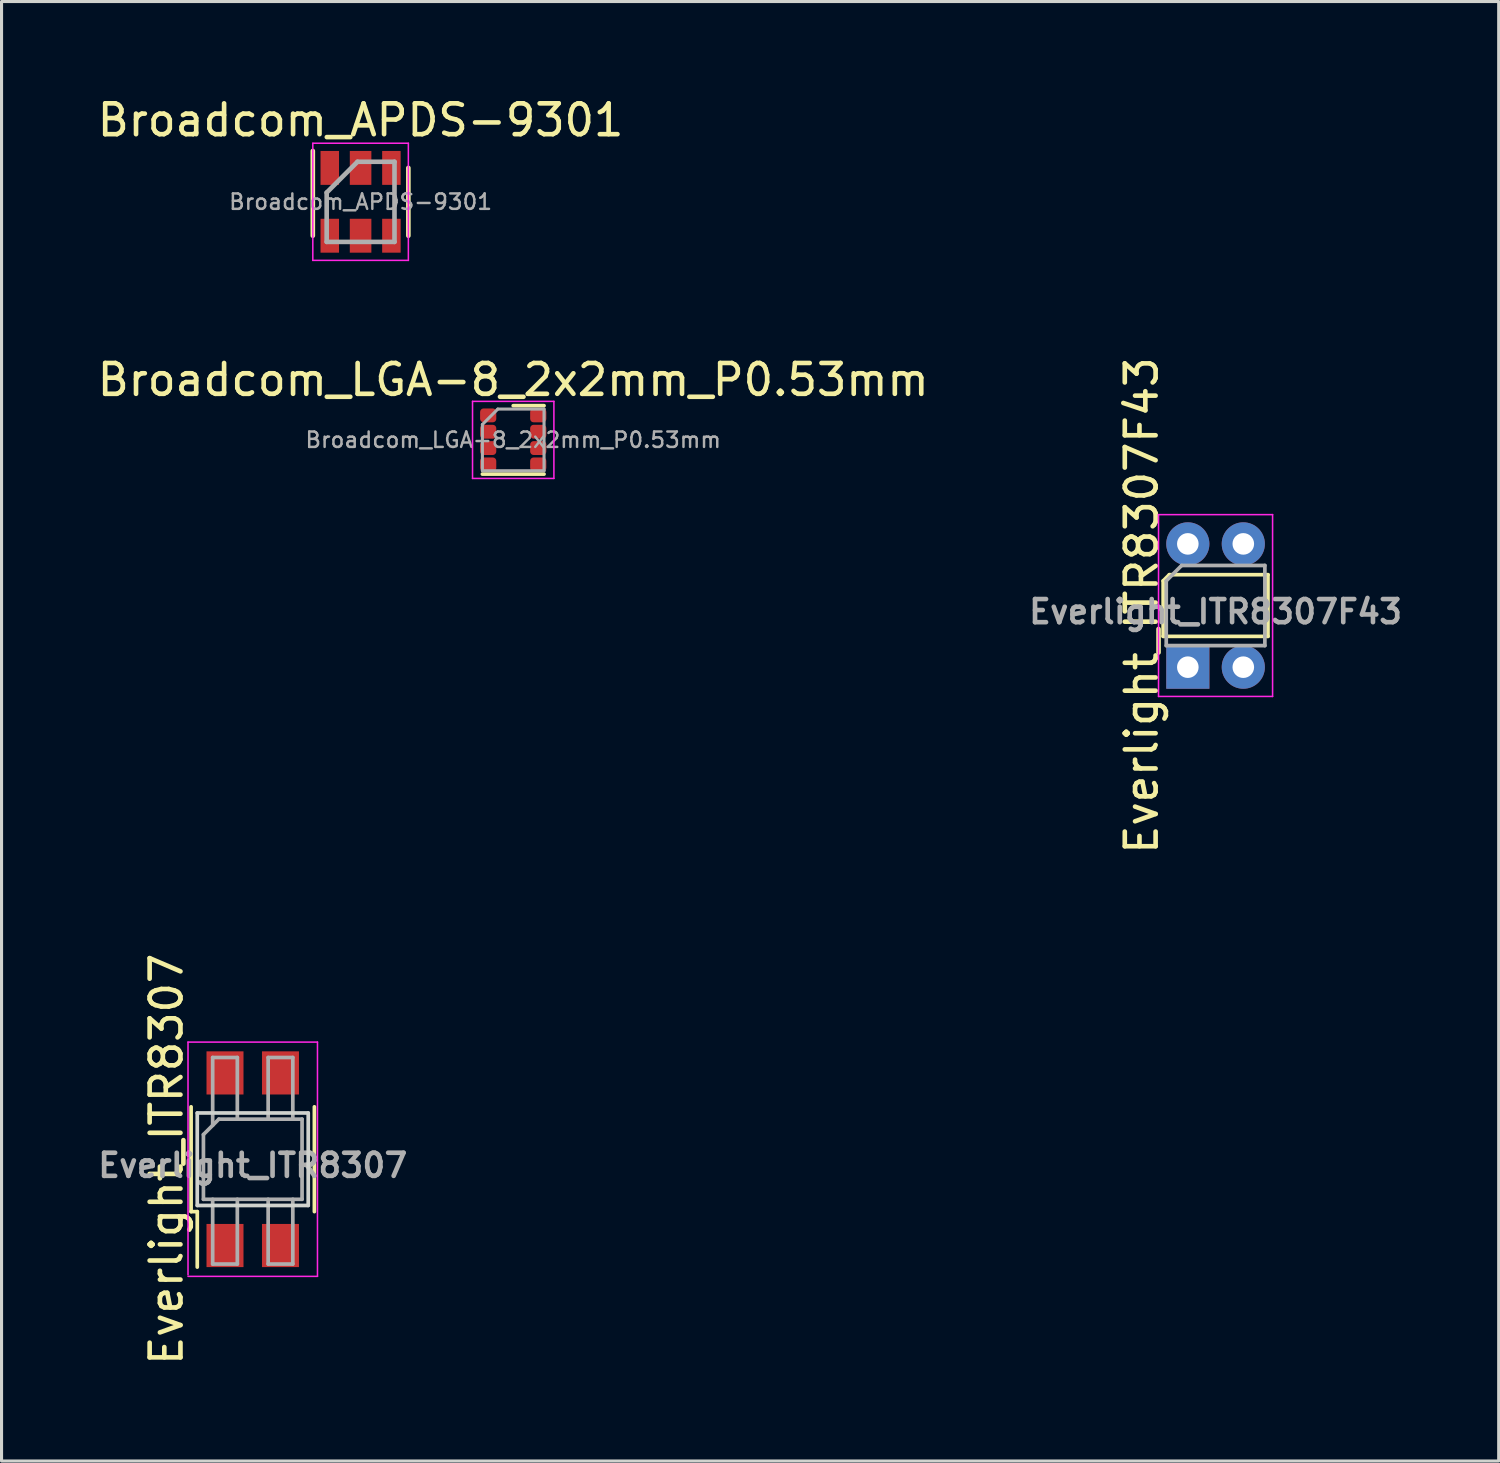
<source format=kicad_pcb>
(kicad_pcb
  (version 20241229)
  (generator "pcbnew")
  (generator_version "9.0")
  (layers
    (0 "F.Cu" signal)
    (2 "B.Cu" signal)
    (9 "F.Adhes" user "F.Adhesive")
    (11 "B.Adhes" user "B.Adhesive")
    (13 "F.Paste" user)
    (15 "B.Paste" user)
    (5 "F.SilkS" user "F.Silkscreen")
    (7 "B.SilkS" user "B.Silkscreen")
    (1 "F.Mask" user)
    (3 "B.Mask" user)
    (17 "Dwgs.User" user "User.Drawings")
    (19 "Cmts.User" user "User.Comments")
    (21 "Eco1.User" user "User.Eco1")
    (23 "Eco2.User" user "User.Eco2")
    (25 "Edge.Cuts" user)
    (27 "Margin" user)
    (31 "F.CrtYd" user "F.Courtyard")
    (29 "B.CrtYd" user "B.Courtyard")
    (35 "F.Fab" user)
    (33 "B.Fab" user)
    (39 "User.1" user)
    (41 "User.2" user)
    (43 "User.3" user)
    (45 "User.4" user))
  (footprint "Broadcom_LGA-8_2x2mm_P0.53mm"
    (layer "F.Cu")
    (at 13.601 11.222)
    (property "Reference" "Broadcom_LGA-8_2x2mm_P0.53mm" (at 0 -1.95 0) (layer "F.SilkS") (effects (font (size 1 1) (thickness 0.15))))
    (attr smd)
    (fp_line (start -1 1.11) (end 1 1.11) (stroke (width 0.12) (type solid)) (layer "F.SilkS"))
    (fp_line (start 0 -1.11) (end 1 -1.11) (stroke (width 0.12) (type solid)) (layer "F.SilkS"))
    (fp_line (start -1.32 -1.25) (end -1.32 1.25) (stroke (width 0.05) (type solid)) (layer "F.CrtYd"))
    (fp_line (start -1.32 1.25) (end 1.32 1.25) (stroke (width 0.05) (type solid)) (layer "F.CrtYd"))
    (fp_line (start 1.32 -1.25) (end -1.32 -1.25) (stroke (width 0.05) (type solid)) (layer "F.CrtYd"))
    (fp_line (start 1.32 1.25) (end 1.32 -1.25) (stroke (width 0.05) (type solid)) (layer "F.CrtYd"))
    (fp_line (start -1 -0.5) (end -0.5 -1) (stroke (width 0.1) (type solid)) (layer "F.Fab"))
    (fp_line (start -1 1) (end -1 -0.5) (stroke (width 0.1) (type solid)) (layer "F.Fab"))
    (fp_line (start -0.5 -1) (end 1 -1) (stroke (width 0.1) (type solid)) (layer "F.Fab"))
    (fp_line (start 1 -1) (end 1 1) (stroke (width 0.1) (type solid)) (layer "F.Fab"))
    (fp_line (start 1 1) (end -1 1) (stroke (width 0.1) (type solid)) (layer "F.Fab"))
    (fp_text user "${REFERENCE}" (at 0 0 0) (layer "F.Fab") (effects (font (size 0.5 0.5) (thickness 0.08))))
    (pad "1" smd roundrect (at -0.812 -0.795) (size 0.525 0.45) (layers "F.Cu" "F.Mask" "F.Paste") (roundrect_rratio 0.25))
    (pad "2" smd roundrect (at -0.812 -0.265) (size 0.525 0.45) (layers "F.Cu" "F.Mask" "F.Paste") (roundrect_rratio 0.25))
    (pad "3" smd roundrect (at -0.812 0.265) (size 0.525 0.45) (layers "F.Cu" "F.Mask" "F.Paste") (roundrect_rratio 0.25))
    (pad "4" smd roundrect (at -0.812 0.795) (size 0.525 0.45) (layers "F.Cu" "F.Mask" "F.Paste") (roundrect_rratio 0.25))
    (pad "5" smd roundrect (at 0.812 0.795) (size 0.525 0.45) (layers "F.Cu" "F.Mask" "F.Paste") (roundrect_rratio 0.25))
    (pad "6" smd roundrect (at 0.812 0.265) (size 0.525 0.45) (layers "F.Cu" "F.Mask" "F.Paste") (roundrect_rratio 0.25))
    (pad "7" smd roundrect (at 0.812 -0.265) (size 0.525 0.45) (layers "F.Cu" "F.Mask" "F.Paste") (roundrect_rratio 0.25))
    (pad "8" smd roundrect (at 0.812 -0.795) (size 0.525 0.45) (layers "F.Cu" "F.Mask" "F.Paste") (roundrect_rratio 0.25)))
  (footprint "Everlight_ITR8307F43"
    (layer "F.Cu")
    (at 35.488 14.596)
    (property "Reference" "Everlight_ITR8307F43" (at -1.5 2 90) (layer "F.SilkS") (effects (font (size 1 1) (thickness 0.15))))
    (attr through_hole)
    (fp_line (start -0.8 1.2) (end -0.8 3) (stroke (width 0.12) (type solid)) (layer "F.SilkS"))
    (fp_line (start -0.8 3) (end 2.6 3) (stroke (width 0.12) (type solid)) (layer "F.SilkS"))
    (fp_line (start -0.6 1) (end -0.8 1.2) (stroke (width 0.12) (type solid)) (layer "F.SilkS"))
    (fp_line (start 2.6 1) (end -0.6 1) (stroke (width 0.12) (type solid)) (layer "F.SilkS"))
    (fp_line (start 2.6 3) (end 2.6 1) (stroke (width 0.12) (type solid)) (layer "F.SilkS"))
    (fp_line (start -0.95 -0.95) (end -0.95 4.95) (stroke (width 0.05) (type solid)) (layer "F.CrtYd"))
    (fp_line (start -0.95 -0.95) (end 2.75 -0.95) (stroke (width 0.05) (type solid)) (layer "F.CrtYd"))
    (fp_line (start 2.75 4.95) (end -0.95 4.95) (stroke (width 0.05) (type solid)) (layer "F.CrtYd"))
    (fp_line (start 2.75 4.95) (end 2.75 -0.95) (stroke (width 0.05) (type solid)) (layer "F.CrtYd"))
    (fp_line (start -0.7 1.2) (end -0.2 0.7) (stroke (width 0.12) (type solid)) (layer "F.Fab"))
    (fp_line (start -0.7 3.3) (end -0.7 1.2) (stroke (width 0.12) (type solid)) (layer "F.Fab"))
    (fp_line (start -0.2 0.7) (end 2.5 0.7) (stroke (width 0.12) (type solid)) (layer "F.Fab"))
    (fp_line (start 2.5 0.7) (end 2.5 3.3) (stroke (width 0.12) (type solid)) (layer "F.Fab"))
    (fp_line (start 2.5 3.3) (end -0.7 3.3) (stroke (width 0.12) (type solid)) (layer "F.Fab"))
    (fp_text user "${REFERENCE}" (at 0.9 2.2 0) (layer "F.Fab") (effects (font (size 0.75 0.75) (thickness 0.15))))
    (pad "1" thru_hole rect (at 0 4 270) (size 1.4 1.4) (drill 0.7) (layers "*.Cu" "*.Mask"))
    (pad "2" thru_hole circle (at 0 0 270) (size 1.4 1.4) (drill 0.7) (layers "*.Cu" "*.Mask"))
    (pad "3" thru_hole circle (at 1.8 4 270) (size 1.4 1.4) (drill 0.7) (layers "*.Cu" "*.Mask"))
    (pad "4" thru_hole circle (at 1.8 0 270) (size 1.4 1.4) (drill 0.7) (layers "*.Cu" "*.Mask")))
  (footprint "Broadcom_APDS-9301"
    (layer "F.Cu")
    (at 8.649 3.498)
    (property "Reference" "Broadcom_APDS-9301" (at 0 -2.65 0) (layer "F.SilkS") (effects (font (size 1 1) (thickness 0.15))))
    (attr smd)
    (fp_line (start -1.55 -1.65) (end -1.55 1.1) (stroke (width 0.15) (type solid)) (layer "F.SilkS"))
    (fp_line (start 1.55 -1.1) (end 1.55 1.1) (stroke (width 0.15) (type solid)) (layer "F.SilkS"))
    (fp_line (start -1.55 -1.9) (end 1.55 -1.9) (stroke (width 0.05) (type solid)) (layer "F.CrtYd"))
    (fp_line (start -1.55 1.9) (end -1.55 -1.9) (stroke (width 0.05) (type solid)) (layer "F.CrtYd"))
    (fp_line (start 1.55 -1.9) (end 1.55 1.9) (stroke (width 0.05) (type solid)) (layer "F.CrtYd"))
    (fp_line (start 1.55 1.9) (end -1.55 1.9) (stroke (width 0.05) (type solid)) (layer "F.CrtYd"))
    (fp_line (start -1.1 -0.3) (end -1.1 1.3) (stroke (width 0.15) (type solid)) (layer "F.Fab"))
    (fp_line (start -1.1 1.3) (end 1.1 1.3) (stroke (width 0.15) (type solid)) (layer "F.Fab"))
    (fp_line (start -0.1 -1.3) (end -1.1 -0.3) (stroke (width 0.15) (type solid)) (layer "F.Fab"))
    (fp_line (start 1.1 -1.3) (end -0.1 -1.3) (stroke (width 0.15) (type solid)) (layer "F.Fab"))
    (fp_line (start 1.1 1.3) (end 1.1 -1.3) (stroke (width 0.15) (type solid)) (layer "F.Fab"))
    (fp_text user "${REFERENCE}" (at 0 0 0) (layer "F.Fab") (effects (font (size 0.5 0.5) (thickness 0.08))))
    (pad "1" smd rect (at -1 -1.1) (size 0.6 1.1) (layers "F.Cu" "F.Mask" "F.Paste"))
    (pad "2" smd rect (at -1 1.1) (size 0.6 1.1) (layers "F.Cu" "F.Mask" "F.Paste"))
    (pad "3" smd rect (at 0 1.1) (size 0.7 1.1) (layers "F.Cu" "F.Mask" "F.Paste"))
    (pad "4" smd rect (at 1 1.1) (size 0.6 1.1) (layers "F.Cu" "F.Mask" "F.Paste"))
    (pad "5" smd rect (at 1 -1.1) (size 0.6 1.1) (layers "F.Cu" "F.Mask" "F.Paste"))
    (pad "6" smd rect (at 0 -1.1) (size 0.7 1.1) (layers "F.Cu" "F.Mask" "F.Paste")))
  (footprint "Everlight_ITR8307"
    (layer "F.Cu")
    (at 5.15 34.56)
    (property "Reference" "Everlight_ITR8307" (at -2.8 0 90) (layer "F.SilkS") (effects (font (size 1 1) (thickness 0.15))))
    (attr smd)
    (fp_line (start -2 1.7) (end -2 -1.7) (stroke (width 0.12) (type solid)) (layer "F.SilkS"))
    (fp_line (start -2 1.7) (end -1.8 1.7) (stroke (width 0.12) (type solid)) (layer "F.SilkS"))
    (fp_line (start -1.8 3.5) (end -1.8 1.7) (stroke (width 0.12) (type solid)) (layer "F.SilkS"))
    (fp_line (start 2 1.7) (end 2 -1.7) (stroke (width 0.12) (type solid)) (layer "F.SilkS"))
    (fp_line (start -1.8 -1.5) (end 1.8 -1.5) (stroke (width 0.12) (type solid)) (layer "Edge.Cuts"))
    (fp_line (start -1.8 1.5) (end -1.8 -1.5) (stroke (width 0.12) (type solid)) (layer "Edge.Cuts"))
    (fp_line (start 1.8 -1.5) (end 1.8 1.5) (stroke (width 0.12) (type solid)) (layer "Edge.Cuts"))
    (fp_line (start 1.8 1.5) (end -1.8 1.5) (stroke (width 0.12) (type solid)) (layer "Edge.Cuts"))
    (fp_line (start -2.1 -3.8) (end -2.1 3.75) (stroke (width 0.05) (type solid)) (layer "F.CrtYd"))
    (fp_line (start -2.1 -3.8) (end 2.1 -3.8) (stroke (width 0.05) (type solid)) (layer "F.CrtYd"))
    (fp_line (start 2.1 3.8) (end -2.1 3.8) (stroke (width 0.05) (type solid)) (layer "F.CrtYd"))
    (fp_line (start 2.1 3.8) (end 2.1 -3.8) (stroke (width 0.05) (type solid)) (layer "F.CrtYd"))
    (fp_line (start -1.6 -0.8) (end -1.1 -1.3) (stroke (width 0.12) (type solid)) (layer "F.Fab"))
    (fp_line (start -1.6 1.3) (end -1.6 -0.8) (stroke (width 0.12) (type solid)) (layer "F.Fab"))
    (fp_line (start -1.3 -3.3) (end -1.3 -1.1) (stroke (width 0.12) (type solid)) (layer "F.Fab"))
    (fp_line (start -1.3 -3.3) (end -0.5 -3.3) (stroke (width 0.12) (type solid)) (layer "F.Fab"))
    (fp_line (start -1.3 3.4) (end -1.3 1.3) (stroke (width 0.12) (type solid)) (layer "F.Fab"))
    (fp_line (start -1.1 -1.3) (end 1.6 -1.3) (stroke (width 0.12) (type solid)) (layer "F.Fab"))
    (fp_line (start -0.5 -3.3) (end -0.5 -1.3) (stroke (width 0.12) (type solid)) (layer "F.Fab"))
    (fp_line (start -0.5 1.3) (end -0.5 3.4) (stroke (width 0.12) (type solid)) (layer "F.Fab"))
    (fp_line (start -0.5 3.4) (end -1.3 3.4) (stroke (width 0.12) (type solid)) (layer "F.Fab"))
    (fp_line (start 0.5 -3.3) (end 1.3 -3.3) (stroke (width 0.12) (type solid)) (layer "F.Fab"))
    (fp_line (start 0.5 -1.3) (end 0.5 -3.3) (stroke (width 0.12) (type solid)) (layer "F.Fab"))
    (fp_line (start 0.5 1.3) (end 0.5 3.4) (stroke (width 0.12) (type solid)) (layer "F.Fab"))
    (fp_line (start 0.5 3.4) (end 1.3 3.4) (stroke (width 0.12) (type solid)) (layer "F.Fab"))
    (fp_line (start 1.3 -3.3) (end 1.3 -1.3) (stroke (width 0.12) (type solid)) (layer "F.Fab"))
    (fp_line (start 1.3 3.4) (end 1.3 1.3) (stroke (width 0.12) (type solid)) (layer "F.Fab"))
    (fp_line (start 1.6 -1.3) (end 1.6 1.3) (stroke (width 0.12) (type solid)) (layer "F.Fab"))
    (fp_line (start 1.6 1.3) (end -1.6 1.3) (stroke (width 0.12) (type solid)) (layer "F.Fab"))
    (fp_text user "${REFERENCE}" (at 0 0.2 0) (layer "F.Fab") (effects (font (size 0.75 0.75) (thickness 0.15))))
    (pad "1" smd rect (at -0.9 2.8) (size 1.2 1.4) (layers "F.Cu" "F.Mask" "F.Paste"))
    (pad "2" smd rect (at -0.9 -2.8) (size 1.2 1.4) (layers "F.Cu" "F.Mask" "F.Paste"))
    (pad "3" smd rect (at 0.9 2.8) (size 1.2 1.4) (layers "F.Cu" "F.Mask" "F.Paste"))
    (pad "4" smd rect (at 0.9 -2.8) (size 1.2 1.4) (layers "F.Cu" "F.Mask" "F.Paste")))
  (gr_rect
    (start -3 -3)
    (end 45.574 44.352)
    (stroke (width 0.1) (type default))
    (fill no)
    (layer "Edge.Cuts")))
</source>
